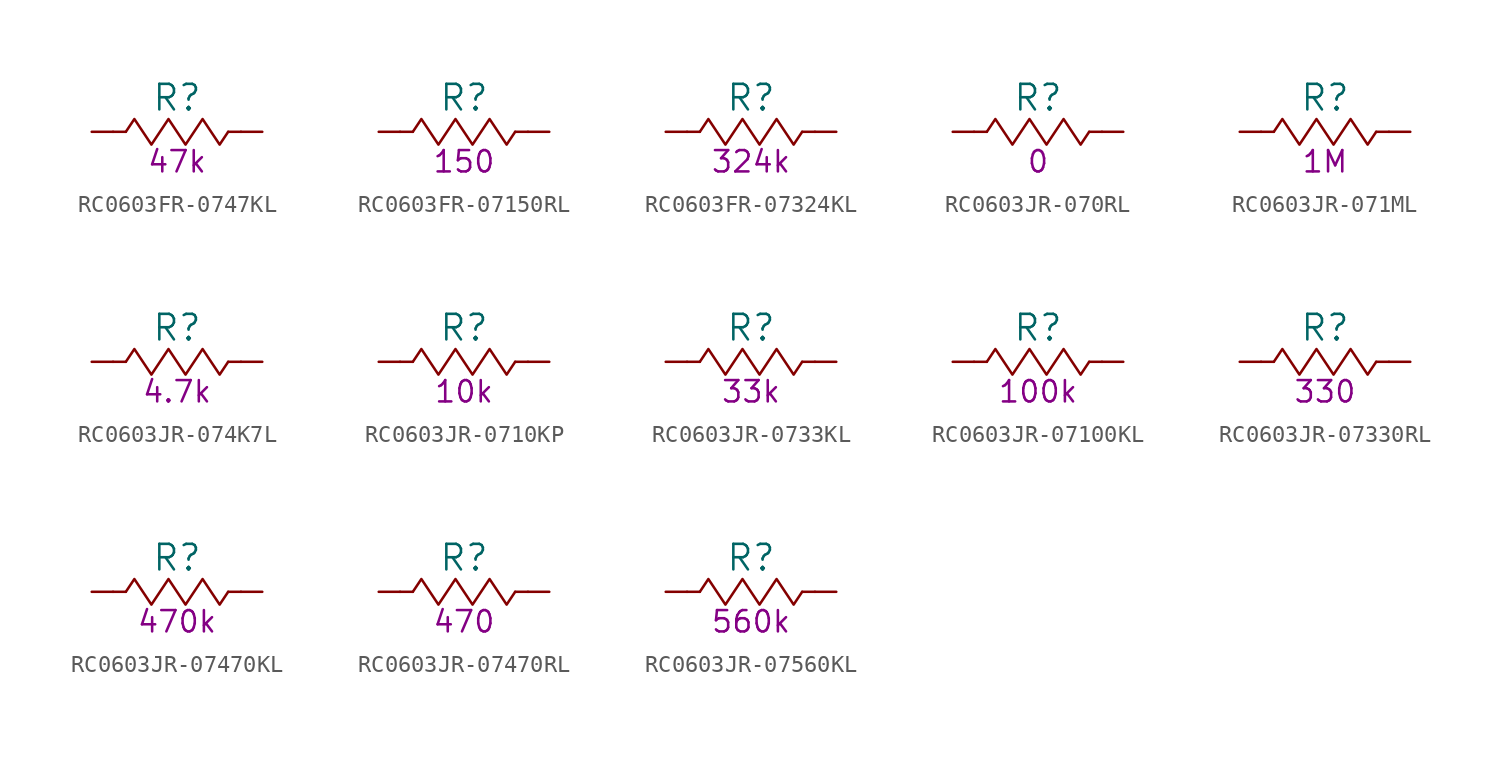
<source format=kicad_sym>
(kicad_symbol_lib
  (version 20220914)
  (generator kicad_symbol_editor)
  (symbol "RC0603FR-0747KL"
    (pin_numbers hide)
    (pin_names
      (offset 0) hide)
    (property "Reference" "R"
      (at 0 2.032 0)
      (effects (font (size 1.524 1.524))))
    (property "Resistance (Ohms)" "47k"
      (at 0 -1.778 0)
      (effects (font (size 1.27 1.27))))
    (symbol "RC0603FR-0747KL_0_1"
      (rectangle (start -3.048 0) (end -3.81 0) (stroke (width 0) (type default)) (fill (type none)))
      (polyline (pts (xy -3.048 0) (xy -2.54 0.762) (xy -2.032 0) (xy -1.524 -0.762) (xy -1.016 0) (xy -0.508 0.762) (xy 0 0) (xy 0.508 -0.762) (xy 1.016 0) (xy 1.524 0.762) (xy 2.032 0) (xy 2.54 -0.762) (xy 3.048 0)) (stroke (width 0) (type default)) (fill (type none)))
      (rectangle (start 3.81 0) (end 3.048 0) (stroke (width 0) (type default)) (fill (type none))))
    (symbol "RC0603FR-0747KL_1_1"
      (pin passive line (at -5.08 0 0) (length 1.27) (name "1" (effects (font (size 1.27 1.27)))) (number "1" (effects (font (size 1.27 1.27)))))
      (pin passive line (at 5.08 0 180) (length 1.27) (name "2" (effects (font (size 1.27 1.27)))) (number "2" (effects (font (size 1.27 1.27)))))))
  (symbol "RC0603FR-07150RL"
    (pin_numbers hide)
    (pin_names
      (offset 0) hide)
    (property "Reference" "R"
      (at 0 2.032 0)
      (effects (font (size 1.524 1.524))))
    (property "Resistance (Ohms)" "150"
      (at 0 -1.778 0)
      (effects (font (size 1.27 1.27))))
    (symbol "RC0603FR-07150RL_0_1"
      (rectangle (start -3.048 0) (end -3.81 0) (stroke (width 0) (type default)) (fill (type none)))
      (polyline (pts (xy -3.048 0) (xy -2.54 0.762) (xy -2.032 0) (xy -1.524 -0.762) (xy -1.016 0) (xy -0.508 0.762) (xy 0 0) (xy 0.508 -0.762) (xy 1.016 0) (xy 1.524 0.762) (xy 2.032 0) (xy 2.54 -0.762) (xy 3.048 0)) (stroke (width 0) (type default)) (fill (type none)))
      (rectangle (start 3.81 0) (end 3.048 0) (stroke (width 0) (type default)) (fill (type none))))
    (symbol "RC0603FR-07150RL_1_1"
      (pin passive line (at -5.08 0 0) (length 1.27) (name "1" (effects (font (size 1.27 1.27)))) (number "1" (effects (font (size 1.27 1.27)))))
      (pin passive line (at 5.08 0 180) (length 1.27) (name "2" (effects (font (size 1.27 1.27)))) (number "2" (effects (font (size 1.27 1.27)))))))
  (symbol "RC0603FR-07324KL"
    (pin_numbers hide)
    (pin_names
      (offset 0) hide)
    (property "Reference" "R"
      (at 0 2.032 0)
      (effects (font (size 1.524 1.524))))
    (property "Resistance (Ohms)" "324k"
      (at 0 -1.778 0)
      (effects (font (size 1.27 1.27))))
    (symbol "RC0603FR-07324KL_0_1"
      (rectangle (start -3.048 0) (end -3.81 0) (stroke (width 0) (type default)) (fill (type none)))
      (polyline (pts (xy -3.048 0) (xy -2.54 0.762) (xy -2.032 0) (xy -1.524 -0.762) (xy -1.016 0) (xy -0.508 0.762) (xy 0 0) (xy 0.508 -0.762) (xy 1.016 0) (xy 1.524 0.762) (xy 2.032 0) (xy 2.54 -0.762) (xy 3.048 0)) (stroke (width 0) (type default)) (fill (type none)))
      (rectangle (start 3.81 0) (end 3.048 0) (stroke (width 0) (type default)) (fill (type none))))
    (symbol "RC0603FR-07324KL_1_1"
      (pin passive line (at -5.08 0 0) (length 1.27) (name "1" (effects (font (size 1.27 1.27)))) (number "1" (effects (font (size 1.27 1.27)))))
      (pin passive line (at 5.08 0 180) (length 1.27) (name "2" (effects (font (size 1.27 1.27)))) (number "2" (effects (font (size 1.27 1.27)))))))
  (symbol "RC0603JR-070RL"
    (pin_numbers hide)
    (pin_names
      (offset 0) hide)
    (property "Reference" "R"
      (at 0 2.032 0)
      (effects (font (size 1.524 1.524))))
    (property "Resistance (Ohms)" "0"
      (at 0 -1.778 0)
      (effects (font (size 1.27 1.27))))
    (symbol "RC0603JR-070RL_0_1"
      (rectangle (start -3.048 0) (end -3.81 0) (stroke (width 0) (type default)) (fill (type none)))
      (polyline (pts (xy -3.048 0) (xy -2.54 0.762) (xy -2.032 0) (xy -1.524 -0.762) (xy -1.016 0) (xy -0.508 0.762) (xy 0 0) (xy 0.508 -0.762) (xy 1.016 0) (xy 1.524 0.762) (xy 2.032 0) (xy 2.54 -0.762) (xy 3.048 0)) (stroke (width 0) (type default)) (fill (type none)))
      (rectangle (start 3.81 0) (end 3.048 0) (stroke (width 0) (type default)) (fill (type none))))
    (symbol "RC0603JR-070RL_1_1"
      (pin passive line (at -5.08 0 0) (length 1.27) (name "1" (effects (font (size 1.27 1.27)))) (number "1" (effects (font (size 1.27 1.27)))))
      (pin passive line (at 5.08 0 180) (length 1.27) (name "2" (effects (font (size 1.27 1.27)))) (number "2" (effects (font (size 1.27 1.27)))))))
  (symbol "RC0603JR-071ML"
    (pin_numbers hide)
    (pin_names
      (offset 0) hide)
    (property "Reference" "R"
      (at 0 2.032 0)
      (effects (font (size 1.524 1.524))))
    (property "Resistance (Ohms)" "1M"
      (at 0 -1.778 0)
      (effects (font (size 1.27 1.27))))
    (symbol "RC0603JR-071ML_0_1"
      (rectangle (start -3.048 0) (end -3.81 0) (stroke (width 0) (type default)) (fill (type none)))
      (polyline (pts (xy -3.048 0) (xy -2.54 0.762) (xy -2.032 0) (xy -1.524 -0.762) (xy -1.016 0) (xy -0.508 0.762) (xy 0 0) (xy 0.508 -0.762) (xy 1.016 0) (xy 1.524 0.762) (xy 2.032 0) (xy 2.54 -0.762) (xy 3.048 0)) (stroke (width 0) (type default)) (fill (type none)))
      (rectangle (start 3.81 0) (end 3.048 0) (stroke (width 0) (type default)) (fill (type none))))
    (symbol "RC0603JR-071ML_1_1"
      (pin passive line (at -5.08 0 0) (length 1.27) (name "1" (effects (font (size 1.27 1.27)))) (number "1" (effects (font (size 1.27 1.27)))))
      (pin passive line (at 5.08 0 180) (length 1.27) (name "2" (effects (font (size 1.27 1.27)))) (number "2" (effects (font (size 1.27 1.27)))))))
  (symbol "RC0603JR-074K7L"
    (pin_numbers hide)
    (pin_names
      (offset 0) hide)
    (property "Reference" "R"
      (at 0 2.032 0)
      (effects (font (size 1.524 1.524))))
    (property "Resistance (Ohms)" "4.7k"
      (at 0 -1.778 0)
      (effects (font (size 1.27 1.27))))
    (symbol "RC0603JR-074K7L_0_1"
      (rectangle (start -3.048 0) (end -3.81 0) (stroke (width 0) (type default)) (fill (type none)))
      (polyline (pts (xy -3.048 0) (xy -2.54 0.762) (xy -2.032 0) (xy -1.524 -0.762) (xy -1.016 0) (xy -0.508 0.762) (xy 0 0) (xy 0.508 -0.762) (xy 1.016 0) (xy 1.524 0.762) (xy 2.032 0) (xy 2.54 -0.762) (xy 3.048 0)) (stroke (width 0) (type default)) (fill (type none)))
      (rectangle (start 3.81 0) (end 3.048 0) (stroke (width 0) (type default)) (fill (type none))))
    (symbol "RC0603JR-074K7L_1_1"
      (pin passive line (at -5.08 0 0) (length 1.27) (name "1" (effects (font (size 1.27 1.27)))) (number "1" (effects (font (size 1.27 1.27)))))
      (pin passive line (at 5.08 0 180) (length 1.27) (name "2" (effects (font (size 1.27 1.27)))) (number "2" (effects (font (size 1.27 1.27)))))))
  (symbol "RC0603JR-0710KP"
    (pin_numbers hide)
    (pin_names
      (offset 0) hide)
    (property "Reference" "R"
      (at 0 2.032 0)
      (effects (font (size 1.524 1.524))))
    (property "Resistance (Ohms)" "10k"
      (at 0 -1.778 0)
      (effects (font (size 1.27 1.27))))
    (symbol "RC0603JR-0710KP_0_1"
      (rectangle (start -3.048 0) (end -3.81 0) (stroke (width 0) (type default)) (fill (type none)))
      (polyline (pts (xy -3.048 0) (xy -2.54 0.762) (xy -2.032 0) (xy -1.524 -0.762) (xy -1.016 0) (xy -0.508 0.762) (xy 0 0) (xy 0.508 -0.762) (xy 1.016 0) (xy 1.524 0.762) (xy 2.032 0) (xy 2.54 -0.762) (xy 3.048 0)) (stroke (width 0) (type default)) (fill (type none)))
      (rectangle (start 3.81 0) (end 3.048 0) (stroke (width 0) (type default)) (fill (type none))))
    (symbol "RC0603JR-0710KP_1_1"
      (pin passive line (at -5.08 0 0) (length 1.27) (name "1" (effects (font (size 1.27 1.27)))) (number "1" (effects (font (size 1.27 1.27)))))
      (pin passive line (at 5.08 0 180) (length 1.27) (name "2" (effects (font (size 1.27 1.27)))) (number "2" (effects (font (size 1.27 1.27)))))))
  (symbol "RC0603JR-0733KL"
    (pin_numbers hide)
    (pin_names
      (offset 0) hide)
    (property "Reference" "R"
      (at 0 2.032 0)
      (effects (font (size 1.524 1.524))))
    (property "Resistance (Ohms)" "33k"
      (at 0 -1.778 0)
      (effects (font (size 1.27 1.27))))
    (symbol "RC0603JR-0733KL_0_1"
      (rectangle (start -3.048 0) (end -3.81 0) (stroke (width 0) (type default)) (fill (type none)))
      (polyline (pts (xy -3.048 0) (xy -2.54 0.762) (xy -2.032 0) (xy -1.524 -0.762) (xy -1.016 0) (xy -0.508 0.762) (xy 0 0) (xy 0.508 -0.762) (xy 1.016 0) (xy 1.524 0.762) (xy 2.032 0) (xy 2.54 -0.762) (xy 3.048 0)) (stroke (width 0) (type default)) (fill (type none)))
      (rectangle (start 3.81 0) (end 3.048 0) (stroke (width 0) (type default)) (fill (type none))))
    (symbol "RC0603JR-0733KL_1_1"
      (pin passive line (at -5.08 0 0) (length 1.27) (name "1" (effects (font (size 1.27 1.27)))) (number "1" (effects (font (size 1.27 1.27)))))
      (pin passive line (at 5.08 0 180) (length 1.27) (name "2" (effects (font (size 1.27 1.27)))) (number "2" (effects (font (size 1.27 1.27)))))))
  (symbol "RC0603JR-07100KL"
    (pin_numbers hide)
    (pin_names
      (offset 0) hide)
    (property "Reference" "R"
      (at 0 2.032 0)
      (effects (font (size 1.524 1.524))))
    (property "Resistance (Ohms)" "100k"
      (at 0 -1.778 0)
      (effects (font (size 1.27 1.27))))
    (symbol "RC0603JR-07100KL_0_1"
      (rectangle (start -3.048 0) (end -3.81 0) (stroke (width 0) (type default)) (fill (type none)))
      (polyline (pts (xy -3.048 0) (xy -2.54 0.762) (xy -2.032 0) (xy -1.524 -0.762) (xy -1.016 0) (xy -0.508 0.762) (xy 0 0) (xy 0.508 -0.762) (xy 1.016 0) (xy 1.524 0.762) (xy 2.032 0) (xy 2.54 -0.762) (xy 3.048 0)) (stroke (width 0) (type default)) (fill (type none)))
      (rectangle (start 3.81 0) (end 3.048 0) (stroke (width 0) (type default)) (fill (type none))))
    (symbol "RC0603JR-07100KL_1_1"
      (pin passive line (at -5.08 0 0) (length 1.27) (name "1" (effects (font (size 1.27 1.27)))) (number "1" (effects (font (size 1.27 1.27)))))
      (pin passive line (at 5.08 0 180) (length 1.27) (name "2" (effects (font (size 1.27 1.27)))) (number "2" (effects (font (size 1.27 1.27)))))))
  (symbol "RC0603JR-07330RL"
    (pin_numbers hide)
    (pin_names
      (offset 0) hide)
    (property "Reference" "R"
      (at 0 2.032 0)
      (effects (font (size 1.524 1.524))))
    (property "Resistance (Ohms)" "330"
      (at 0 -1.778 0)
      (effects (font (size 1.27 1.27))))
    (symbol "RC0603JR-07330RL_0_1"
      (rectangle (start -3.048 0) (end -3.81 0) (stroke (width 0) (type default)) (fill (type none)))
      (polyline (pts (xy -3.048 0) (xy -2.54 0.762) (xy -2.032 0) (xy -1.524 -0.762) (xy -1.016 0) (xy -0.508 0.762) (xy 0 0) (xy 0.508 -0.762) (xy 1.016 0) (xy 1.524 0.762) (xy 2.032 0) (xy 2.54 -0.762) (xy 3.048 0)) (stroke (width 0) (type default)) (fill (type none)))
      (rectangle (start 3.81 0) (end 3.048 0) (stroke (width 0) (type default)) (fill (type none))))
    (symbol "RC0603JR-07330RL_1_1"
      (pin passive line (at -5.08 0 0) (length 1.27) (name "1" (effects (font (size 1.27 1.27)))) (number "1" (effects (font (size 1.27 1.27)))))
      (pin passive line (at 5.08 0 180) (length 1.27) (name "2" (effects (font (size 1.27 1.27)))) (number "2" (effects (font (size 1.27 1.27)))))))
  (symbol "RC0603JR-07470KL"
    (pin_numbers hide)
    (pin_names
      (offset 0) hide)
    (property "Reference" "R"
      (at 0 2.032 0)
      (effects (font (size 1.524 1.524))))
    (property "Resistance (Ohms)" "470k"
      (at 0 -1.778 0)
      (effects (font (size 1.27 1.27))))
    (symbol "RC0603JR-07470KL_0_1"
      (rectangle (start -3.048 0) (end -3.81 0) (stroke (width 0) (type default)) (fill (type none)))
      (polyline (pts (xy -3.048 0) (xy -2.54 0.762) (xy -2.032 0) (xy -1.524 -0.762) (xy -1.016 0) (xy -0.508 0.762) (xy 0 0) (xy 0.508 -0.762) (xy 1.016 0) (xy 1.524 0.762) (xy 2.032 0) (xy 2.54 -0.762) (xy 3.048 0)) (stroke (width 0) (type default)) (fill (type none)))
      (rectangle (start 3.81 0) (end 3.048 0) (stroke (width 0) (type default)) (fill (type none))))
    (symbol "RC0603JR-07470KL_1_1"
      (pin passive line (at -5.08 0 0) (length 1.27) (name "1" (effects (font (size 1.27 1.27)))) (number "1" (effects (font (size 1.27 1.27)))))
      (pin passive line (at 5.08 0 180) (length 1.27) (name "2" (effects (font (size 1.27 1.27)))) (number "2" (effects (font (size 1.27 1.27)))))))
  (symbol "RC0603JR-07470RL"
    (pin_numbers hide)
    (pin_names
      (offset 0) hide)
    (property "Reference" "R"
      (at 0 2.032 0)
      (effects (font (size 1.524 1.524))))
    (property "Resistance (Ohms)" "470"
      (at 0 -1.778 0)
      (effects (font (size 1.27 1.27))))
    (symbol "RC0603JR-07470RL_0_1"
      (rectangle (start -3.048 0) (end -3.81 0) (stroke (width 0) (type default)) (fill (type none)))
      (polyline (pts (xy -3.048 0) (xy -2.54 0.762) (xy -2.032 0) (xy -1.524 -0.762) (xy -1.016 0) (xy -0.508 0.762) (xy 0 0) (xy 0.508 -0.762) (xy 1.016 0) (xy 1.524 0.762) (xy 2.032 0) (xy 2.54 -0.762) (xy 3.048 0)) (stroke (width 0) (type default)) (fill (type none)))
      (rectangle (start 3.81 0) (end 3.048 0) (stroke (width 0) (type default)) (fill (type none))))
    (symbol "RC0603JR-07470RL_1_1"
      (pin passive line (at -5.08 0 0) (length 1.27) (name "1" (effects (font (size 1.27 1.27)))) (number "1" (effects (font (size 1.27 1.27)))))
      (pin passive line (at 5.08 0 180) (length 1.27) (name "2" (effects (font (size 1.27 1.27)))) (number "2" (effects (font (size 1.27 1.27)))))))
  (symbol "RC0603JR-07560KL"
    (pin_numbers hide)
    (pin_names
      (offset 0) hide)
    (property "Reference" "R"
      (at 0 2.032 0)
      (effects (font (size 1.524 1.524))))
    (property "Resistance (Ohms)" "560k"
      (at 0 -1.778 0)
      (effects (font (size 1.27 1.27))))
    (symbol "RC0603JR-07560KL_0_1"
      (rectangle (start -3.048 0) (end -3.81 0) (stroke (width 0) (type default)) (fill (type none)))
      (polyline (pts (xy -3.048 0) (xy -2.54 0.762) (xy -2.032 0) (xy -1.524 -0.762) (xy -1.016 0) (xy -0.508 0.762) (xy 0 0) (xy 0.508 -0.762) (xy 1.016 0) (xy 1.524 0.762) (xy 2.032 0) (xy 2.54 -0.762) (xy 3.048 0)) (stroke (width 0) (type default)) (fill (type none)))
      (rectangle (start 3.81 0) (end 3.048 0) (stroke (width 0) (type default)) (fill (type none))))
    (symbol "RC0603JR-07560KL_1_1"
      (pin passive line (at -5.08 0 0) (length 1.27) (name "1" (effects (font (size 1.27 1.27)))) (number "1" (effects (font (size 1.27 1.27)))))
      (pin passive line (at 5.08 0 180) (length 1.27) (name "2" (effects (font (size 1.27 1.27)))) (number "2" (effects (font (size 1.27 1.27))))))))
</source>
